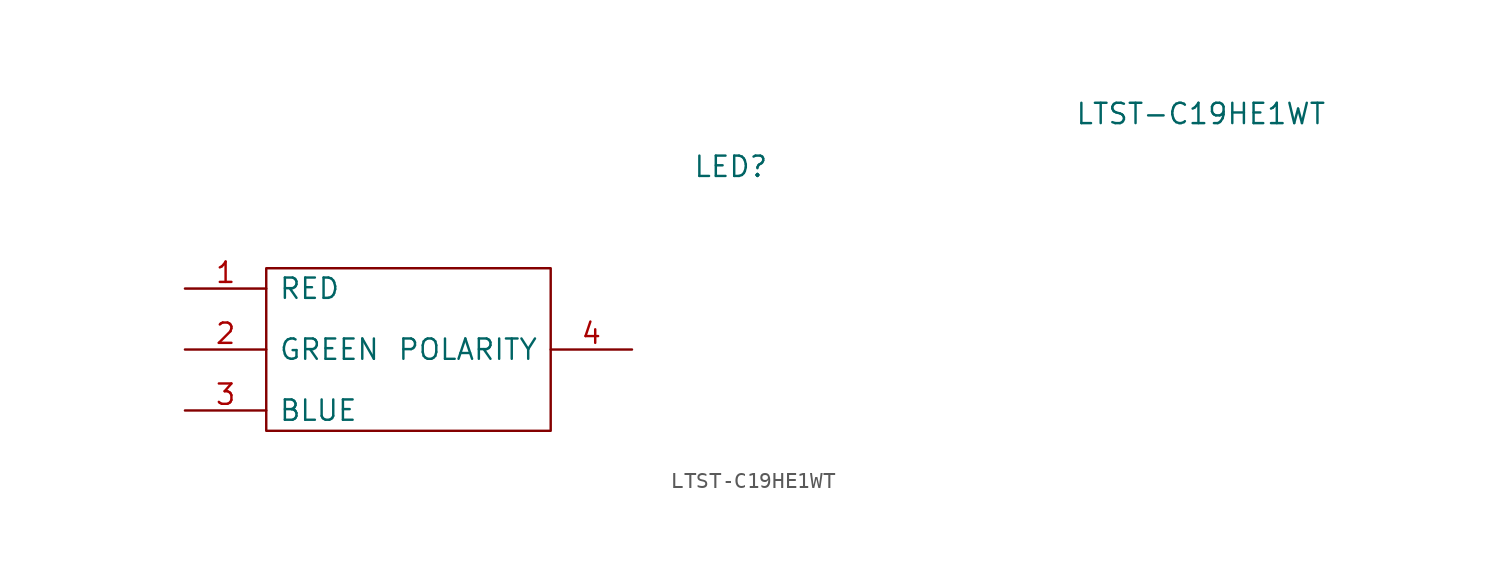
<source format=kicad_sym>
(kicad_symbol_lib
  (version 20231120)
  (generator "kicad_symbol_editor")
  (generator_version "8.0")
  (symbol "LTST-C19HE1WT"
    (pin_names
      (offset 0.762))
    (property "Reference" "LED"
      (at 31.75 7.62 0)
      (effects (font (size 1.27 1.27)) (justify left)))
    (property "Value" "LTST-C19HE1WT"
      (at 55.626 10.922 0)
      (effects (font (size 1.27 1.27)) (justify left)))
    (symbol "LTST-C19HE1WT_0_0"
      (pin passive line (at 0 0 0) (length 5.08) (name "RED" (effects (font (size 1.27 1.27)))) (number "1" (effects (font (size 1.27 1.27)))))
      (pin passive line (at 0 -3.81 0) (length 5.08) (name "GREEN" (effects (font (size 1.27 1.27)))) (number "2" (effects (font (size 1.27 1.27)))))
      (pin passive line (at 0 -7.62 0) (length 5.08) (name "BLUE" (effects (font (size 1.27 1.27)))) (number "3" (effects (font (size 1.27 1.27)))))
      (pin passive line (at 27.94 -3.81 180) (length 5.08) (name "POLARITY" (effects (font (size 1.27 1.27)))) (number "4" (effects (font (size 1.27 1.27))))))
    (symbol "LTST-C19HE1WT_0_1"
      (polyline (pts (xy 5.08 1.27) (xy 22.86 1.27) (xy 22.86 -8.89) (xy 5.08 -8.89) (xy 5.08 1.27)) (stroke (width 0.152) (type solid)) (fill (type none))))))
</source>
